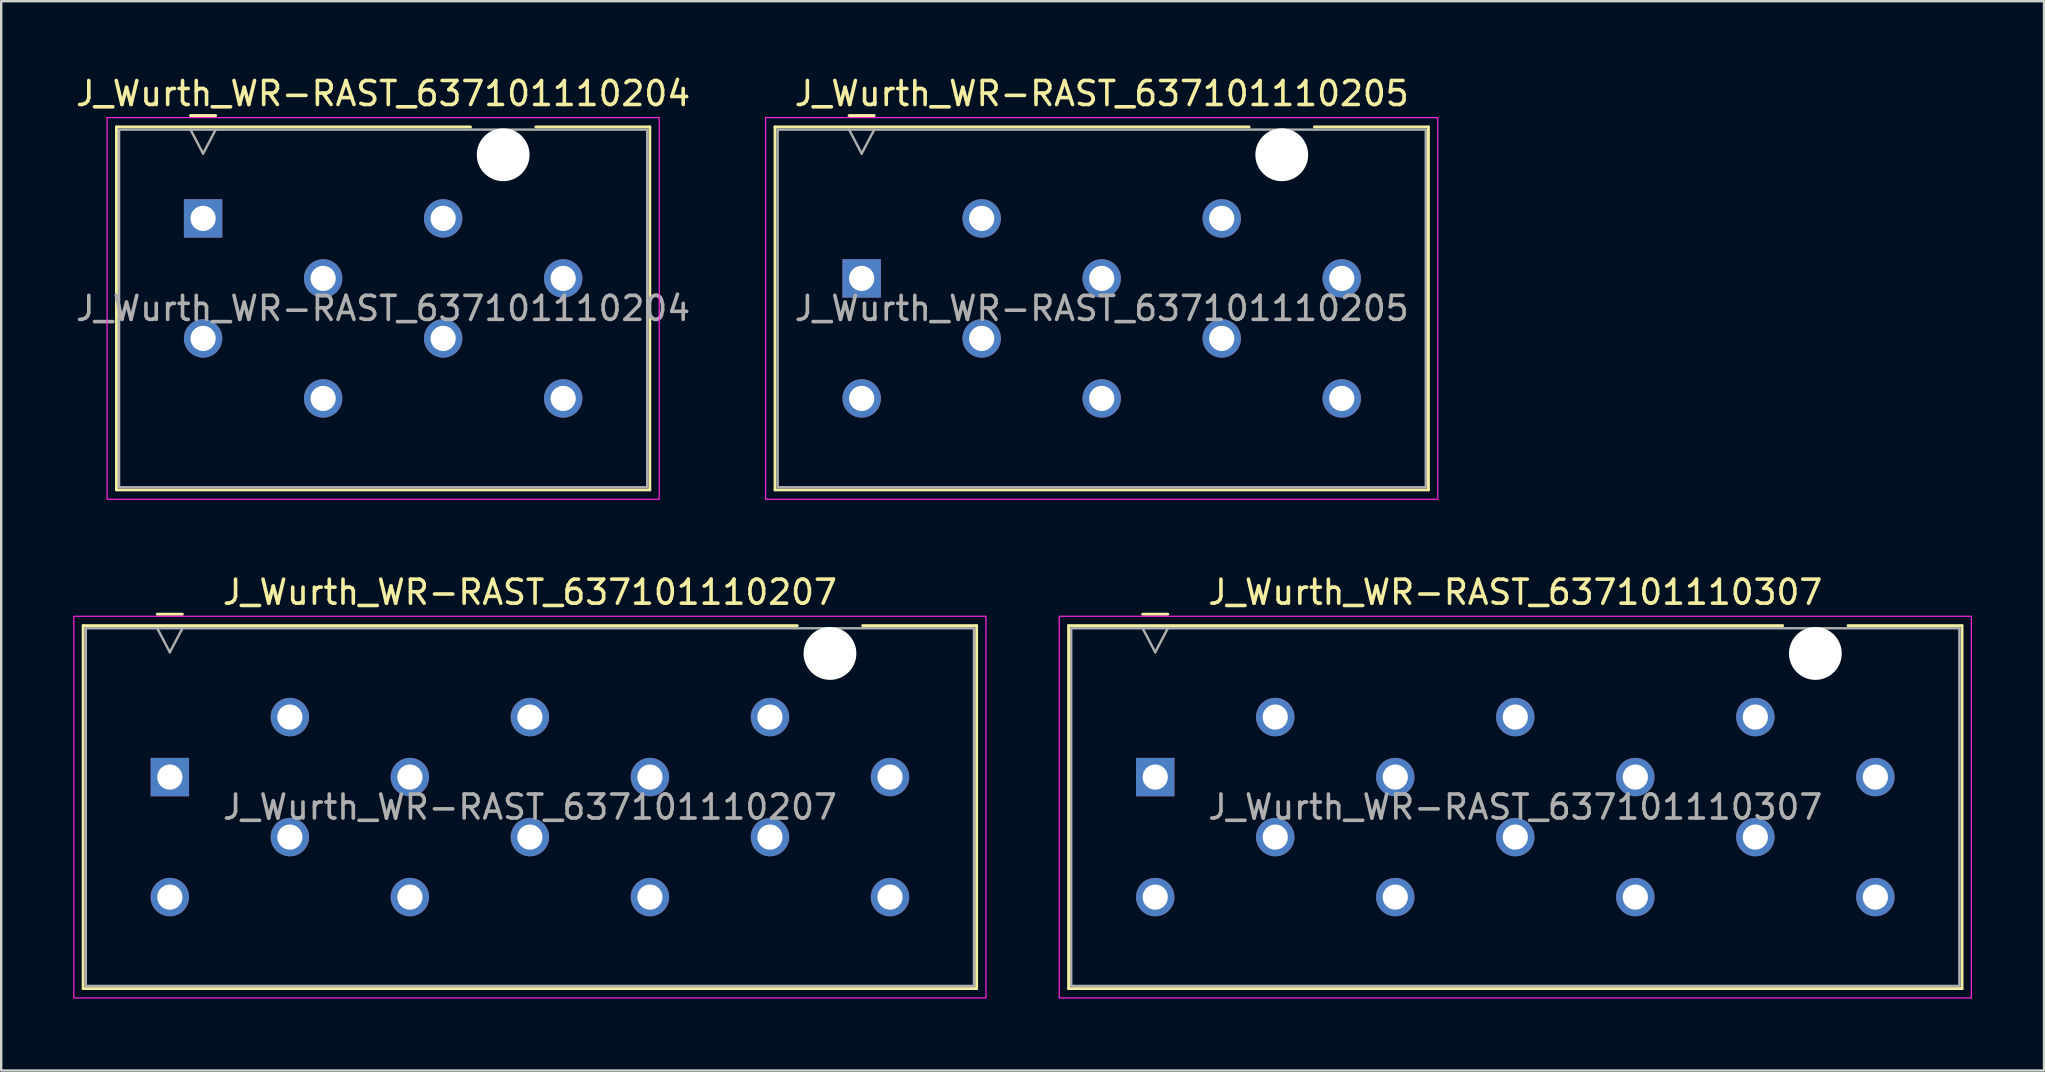
<source format=kicad_pcb>
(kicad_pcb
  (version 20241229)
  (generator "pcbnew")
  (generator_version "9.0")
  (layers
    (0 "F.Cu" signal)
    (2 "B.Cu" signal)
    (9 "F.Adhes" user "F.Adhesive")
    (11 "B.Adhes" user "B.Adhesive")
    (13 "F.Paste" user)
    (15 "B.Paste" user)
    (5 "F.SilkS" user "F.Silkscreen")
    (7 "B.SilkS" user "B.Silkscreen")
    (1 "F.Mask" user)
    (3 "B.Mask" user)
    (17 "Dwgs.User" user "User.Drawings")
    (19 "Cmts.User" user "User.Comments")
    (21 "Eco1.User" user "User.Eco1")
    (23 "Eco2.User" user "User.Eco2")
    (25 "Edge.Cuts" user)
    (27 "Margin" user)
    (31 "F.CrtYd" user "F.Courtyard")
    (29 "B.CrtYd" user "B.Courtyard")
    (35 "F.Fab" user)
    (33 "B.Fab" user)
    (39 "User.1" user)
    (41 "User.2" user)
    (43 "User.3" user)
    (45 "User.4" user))
  (footprint "J_Wurth_WR-RAST_637101110205"
    (layer "F.Cu")
    (at 32.846 8.548)
    (property "Reference" "J_Wurth_WR-RAST_637101110205" (at 10 -7.7 0) (unlocked yes) (layer "F.SilkS") (effects (font (size 1 1) (thickness 0.15))))
    (attr smd)
    (fp_line (start -3.61 -6.31) (end -3.61 8.81) (stroke (width 0.12) (type default)) (layer "F.SilkS"))
    (fp_line (start -3.61 -6.31) (end 16.14 -6.31) (stroke (width 0.12) (type default)) (layer "F.SilkS"))
    (fp_line (start -3.61 8.81) (end 23.61 8.81) (stroke (width 0.12) (type default)) (layer "F.SilkS"))
    (fp_line (start -0.525 -6.785) (end 0.525 -6.785) (stroke (width 0.12) (type default)) (layer "F.SilkS"))
    (fp_line (start 23.61 -6.31) (end 18.86 -6.31) (stroke (width 0.12) (type default)) (layer "F.SilkS"))
    (fp_line (start 23.61 -6.31) (end 23.61 8.81) (stroke (width 0.12) (type default)) (layer "F.SilkS"))
    (fp_rect (start -4 -6.7) (end 24 9.2) (stroke (width 0.05) (type default)) (fill no) (layer "F.CrtYd"))
    (fp_line (start -0.525 -6.2) (end 0 -5.2) (stroke (width 0.1) (type default)) (layer "F.Fab"))
    (fp_line (start 0.525 -6.2) (end 0 -5.2) (stroke (width 0.1) (type default)) (layer "F.Fab"))
    (fp_rect (start -3.5 -6.2) (end 23.5 8.7) (stroke (width 0.1) (type default)) (fill no) (layer "F.Fab"))
    (fp_text user "${REFERENCE}" (at 10 1.25 0) (unlocked yes) (layer "F.Fab") (effects (font (size 1 1) (thickness 0.15))))
    (pad "" np_thru_hole circle (at 17.5 -5.15) (size 2.2 2.2) (drill 2.2) (layers "*.Cu" "*.Mask"))
    (pad "1" thru_hole rect (at 0 0) (size 1.6 1.6) (drill 1.05) (layers "*.Cu" "*.Mask"))
    (pad "2" thru_hole circle (at 5 -2.5) (size 1.6 1.6) (drill 1.05) (layers "*.Cu" "*.Mask"))
    (pad "3" thru_hole circle (at 10 0) (size 1.6 1.6) (drill 1.05) (layers "*.Cu" "*.Mask"))
    (pad "4" thru_hole circle (at 15 -2.5) (size 1.6 1.6) (drill 1.05) (layers "*.Cu" "*.Mask"))
    (pad "5" thru_hole circle (at 20 0) (size 1.6 1.6) (drill 1.05) (layers "*.Cu" "*.Mask"))
    (pad "A1" thru_hole circle (at 0 5) (size 1.6 1.6) (drill 1.05) (layers "*.Cu" "*.Mask"))
    (pad "A2" thru_hole circle (at 5 2.5) (size 1.6 1.6) (drill 1.05) (layers "*.Cu" "*.Mask"))
    (pad "A3" thru_hole circle (at 10 5) (size 1.6 1.6) (drill 1.05) (layers "*.Cu" "*.Mask"))
    (pad "A4" thru_hole circle (at 15 2.5) (size 1.6 1.6) (drill 1.05) (layers "*.Cu" "*.Mask"))
    (pad "A5" thru_hole circle (at 20 5) (size 1.6 1.6) (drill 1.05) (layers "*.Cu" "*.Mask")))
  (footprint "J_Wurth_WR-RAST_637101110307"
    (layer "F.Cu")
    (at 45.075 29.322)
    (property "Reference" "J_Wurth_WR-RAST_637101110307" (at 15 -7.7 0) (unlocked yes) (layer "F.SilkS") (effects (font (size 1 1) (thickness 0.15))))
    (attr smd)
    (fp_line (start -3.61 -6.31) (end -3.61 8.81) (stroke (width 0.12) (type default)) (layer "F.SilkS"))
    (fp_line (start -3.61 -6.31) (end 26.14 -6.31) (stroke (width 0.12) (type default)) (layer "F.SilkS"))
    (fp_line (start -3.61 8.81) (end 33.61 8.81) (stroke (width 0.12) (type default)) (layer "F.SilkS"))
    (fp_line (start -0.525 -6.785) (end 0.525 -6.785) (stroke (width 0.12) (type default)) (layer "F.SilkS"))
    (fp_line (start 33.61 -6.31) (end 28.86 -6.31) (stroke (width 0.12) (type default)) (layer "F.SilkS"))
    (fp_line (start 33.61 -6.31) (end 33.61 8.81) (stroke (width 0.12) (type default)) (layer "F.SilkS"))
    (fp_rect (start -4 -6.7) (end 34 9.2) (stroke (width 0.05) (type default)) (fill no) (layer "F.CrtYd"))
    (fp_line (start -0.525 -6.2) (end 0 -5.2) (stroke (width 0.1) (type default)) (layer "F.Fab"))
    (fp_line (start 0.525 -6.2) (end 0 -5.2) (stroke (width 0.1) (type default)) (layer "F.Fab"))
    (fp_rect (start -3.5 -6.2) (end 33.5 8.7) (stroke (width 0.1) (type default)) (fill no) (layer "F.Fab"))
    (fp_text user "${REFERENCE}" (at 15 1.25 0) (unlocked yes) (layer "F.Fab") (effects (font (size 1 1) (thickness 0.15))))
    (pad "" np_thru_hole circle (at 27.5 -5.15) (size 2.2 2.2) (drill 2.2) (layers "*.Cu" "*.Mask"))
    (pad "1" thru_hole rect (at 0 0) (size 1.6 1.6) (drill 1.05) (layers "*.Cu" "*.Mask"))
    (pad "2" thru_hole circle (at 5 -2.5) (size 1.6 1.6) (drill 1.05) (layers "*.Cu" "*.Mask"))
    (pad "3" thru_hole circle (at 10 0) (size 1.6 1.6) (drill 1.05) (layers "*.Cu" "*.Mask"))
    (pad "4" thru_hole circle (at 15 -2.5) (size 1.6 1.6) (drill 1.05) (layers "*.Cu" "*.Mask"))
    (pad "5" thru_hole circle (at 20 0) (size 1.6 1.6) (drill 1.05) (layers "*.Cu" "*.Mask"))
    (pad "6" thru_hole circle (at 25 -2.5) (size 1.6 1.6) (drill 1.05) (layers "*.Cu" "*.Mask"))
    (pad "7" thru_hole circle (at 30 0) (size 1.6 1.6) (drill 1.05) (layers "*.Cu" "*.Mask"))
    (pad "A1" thru_hole circle (at 0 5) (size 1.6 1.6) (drill 1.05) (layers "*.Cu" "*.Mask"))
    (pad "A2" thru_hole circle (at 5 2.5) (size 1.6 1.6) (drill 1.05) (layers "*.Cu" "*.Mask"))
    (pad "A3" thru_hole circle (at 10 5) (size 1.6 1.6) (drill 1.05) (layers "*.Cu" "*.Mask"))
    (pad "A4" thru_hole circle (at 15 2.5) (size 1.6 1.6) (drill 1.05) (layers "*.Cu" "*.Mask"))
    (pad "A5" thru_hole circle (at 20 5) (size 1.6 1.6) (drill 1.05) (layers "*.Cu" "*.Mask"))
    (pad "A6" thru_hole circle (at 25 2.5) (size 1.6 1.6) (drill 1.05) (layers "*.Cu" "*.Mask"))
    (pad "A7" thru_hole circle (at 30 5) (size 1.6 1.6) (drill 1.05) (layers "*.Cu" "*.Mask")))
  (footprint "J_Wurth_WR-RAST_637101110204"
    (layer "F.Cu")
    (at 5.411 6.048)
    (property "Reference" "J_Wurth_WR-RAST_637101110204" (at 7.5 -5.2 0) (unlocked yes) (layer "F.SilkS") (effects (font (size 1 1) (thickness 0.15))))
    (attr smd)
    (fp_line (start -3.61 -3.81) (end -3.61 11.31) (stroke (width 0.12) (type default)) (layer "F.SilkS"))
    (fp_line (start -3.61 -3.81) (end 11.14 -3.81) (stroke (width 0.12) (type default)) (layer "F.SilkS"))
    (fp_line (start -3.61 11.31) (end 18.61 11.31) (stroke (width 0.12) (type default)) (layer "F.SilkS"))
    (fp_line (start -0.525 -4.285) (end 0.525 -4.285) (stroke (width 0.12) (type default)) (layer "F.SilkS"))
    (fp_line (start 18.61 -3.81) (end 13.86 -3.81) (stroke (width 0.12) (type default)) (layer "F.SilkS"))
    (fp_line (start 18.61 -3.81) (end 18.61 11.31) (stroke (width 0.12) (type default)) (layer "F.SilkS"))
    (fp_rect (start -4 -4.2) (end 19 11.7) (stroke (width 0.05) (type default)) (fill no) (layer "F.CrtYd"))
    (fp_line (start -0.525 -3.7) (end 0 -2.7) (stroke (width 0.1) (type default)) (layer "F.Fab"))
    (fp_line (start 0.525 -3.7) (end 0 -2.7) (stroke (width 0.1) (type default)) (layer "F.Fab"))
    (fp_rect (start -3.5 -3.7) (end 18.5 11.2) (stroke (width 0.1) (type default)) (fill no) (layer "F.Fab"))
    (fp_text user "${REFERENCE}" (at 7.5 3.75 0) (unlocked yes) (layer "F.Fab") (effects (font (size 1 1) (thickness 0.15))))
    (pad "" np_thru_hole circle (at 12.5 -2.65) (size 2.2 2.2) (drill 2.2) (layers "*.Cu" "*.Mask"))
    (pad "1" thru_hole rect (at 0 0) (size 1.6 1.6) (drill 1.05) (layers "*.Cu" "*.Mask"))
    (pad "2" thru_hole circle (at 5 2.5) (size 1.6 1.6) (drill 1.05) (layers "*.Cu" "*.Mask"))
    (pad "3" thru_hole circle (at 10 0) (size 1.6 1.6) (drill 1.05) (layers "*.Cu" "*.Mask"))
    (pad "4" thru_hole circle (at 15 2.5) (size 1.6 1.6) (drill 1.05) (layers "*.Cu" "*.Mask"))
    (pad "A1" thru_hole circle (at 0 5) (size 1.6 1.6) (drill 1.05) (layers "*.Cu" "*.Mask"))
    (pad "A2" thru_hole circle (at 5 7.5) (size 1.6 1.6) (drill 1.05) (layers "*.Cu" "*.Mask"))
    (pad "A3" thru_hole circle (at 10 5) (size 1.6 1.6) (drill 1.05) (layers "*.Cu" "*.Mask"))
    (pad "A4" thru_hole circle (at 15 7.5) (size 1.6 1.6) (drill 1.05) (layers "*.Cu" "*.Mask")))
  (footprint "J_Wurth_WR-RAST_637101110207"
    (layer "F.Cu")
    (at 4.025 29.322)
    (property "Reference" "J_Wurth_WR-RAST_637101110207" (at 15 -7.7 0) (unlocked yes) (layer "F.SilkS") (effects (font (size 1 1) (thickness 0.15))))
    (attr smd)
    (fp_line (start -3.61 -6.31) (end -3.61 8.81) (stroke (width 0.12) (type default)) (layer "F.SilkS"))
    (fp_line (start -3.61 -6.31) (end 26.14 -6.31) (stroke (width 0.12) (type default)) (layer "F.SilkS"))
    (fp_line (start -3.61 8.81) (end 33.61 8.81) (stroke (width 0.12) (type default)) (layer "F.SilkS"))
    (fp_line (start -0.525 -6.785) (end 0.525 -6.785) (stroke (width 0.12) (type default)) (layer "F.SilkS"))
    (fp_line (start 33.61 -6.31) (end 28.86 -6.31) (stroke (width 0.12) (type default)) (layer "F.SilkS"))
    (fp_line (start 33.61 -6.31) (end 33.61 8.81) (stroke (width 0.12) (type default)) (layer "F.SilkS"))
    (fp_rect (start -4 -6.7) (end 34 9.2) (stroke (width 0.05) (type default)) (fill no) (layer "F.CrtYd"))
    (fp_line (start -0.525 -6.2) (end 0 -5.2) (stroke (width 0.1) (type default)) (layer "F.Fab"))
    (fp_line (start 0.525 -6.2) (end 0 -5.2) (stroke (width 0.1) (type default)) (layer "F.Fab"))
    (fp_rect (start -3.5 -6.2) (end 33.5 8.7) (stroke (width 0.1) (type default)) (fill no) (layer "F.Fab"))
    (fp_text user "${REFERENCE}" (at 15 1.25 0) (unlocked yes) (layer "F.Fab") (effects (font (size 1 1) (thickness 0.15))))
    (pad "" np_thru_hole circle (at 27.5 -5.15) (size 2.2 2.2) (drill 2.2) (layers "*.Cu" "*.Mask"))
    (pad "1" thru_hole rect (at 0 0) (size 1.6 1.6) (drill 1.05) (layers "*.Cu" "*.Mask"))
    (pad "2" thru_hole circle (at 5 -2.5) (size 1.6 1.6) (drill 1.05) (layers "*.Cu" "*.Mask"))
    (pad "3" thru_hole circle (at 10 0) (size 1.6 1.6) (drill 1.05) (layers "*.Cu" "*.Mask"))
    (pad "4" thru_hole circle (at 15 -2.5) (size 1.6 1.6) (drill 1.05) (layers "*.Cu" "*.Mask"))
    (pad "5" thru_hole circle (at 20 0) (size 1.6 1.6) (drill 1.05) (layers "*.Cu" "*.Mask"))
    (pad "6" thru_hole circle (at 25 -2.5) (size 1.6 1.6) (drill 1.05) (layers "*.Cu" "*.Mask"))
    (pad "7" thru_hole circle (at 30 0) (size 1.6 1.6) (drill 1.05) (layers "*.Cu" "*.Mask"))
    (pad "A1" thru_hole circle (at 0 5) (size 1.6 1.6) (drill 1.05) (layers "*.Cu" "*.Mask"))
    (pad "A2" thru_hole circle (at 5 2.5) (size 1.6 1.6) (drill 1.05) (layers "*.Cu" "*.Mask"))
    (pad "A3" thru_hole circle (at 10 5) (size 1.6 1.6) (drill 1.05) (layers "*.Cu" "*.Mask"))
    (pad "A4" thru_hole circle (at 15 2.5) (size 1.6 1.6) (drill 1.05) (layers "*.Cu" "*.Mask"))
    (pad "A5" thru_hole circle (at 20 5) (size 1.6 1.6) (drill 1.05) (layers "*.Cu" "*.Mask"))
    (pad "A6" thru_hole circle (at 25 2.5) (size 1.6 1.6) (drill 1.05) (layers "*.Cu" "*.Mask"))
    (pad "A7" thru_hole circle (at 30 5) (size 1.6 1.6) (drill 1.05) (layers "*.Cu" "*.Mask")))
  (gr_rect
    (start -3 -3)
    (end 82.1 41.547)
    (stroke (width 0.1) (type default))
    (fill no)
    (layer "Edge.Cuts")))
</source>
